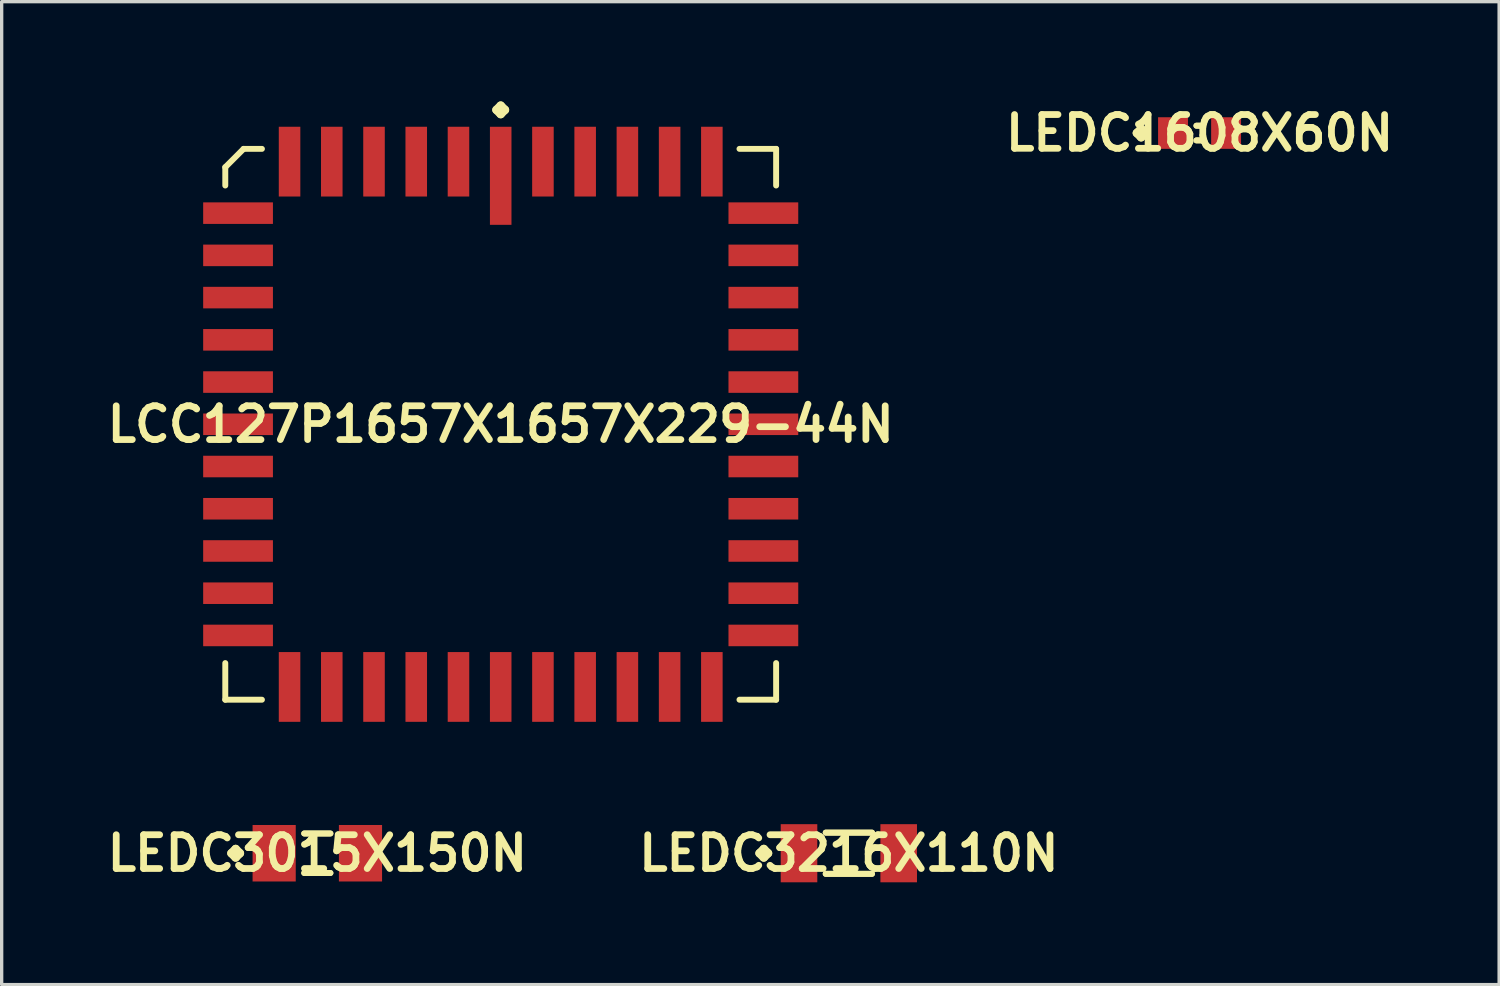
<source format=kicad_pcb>
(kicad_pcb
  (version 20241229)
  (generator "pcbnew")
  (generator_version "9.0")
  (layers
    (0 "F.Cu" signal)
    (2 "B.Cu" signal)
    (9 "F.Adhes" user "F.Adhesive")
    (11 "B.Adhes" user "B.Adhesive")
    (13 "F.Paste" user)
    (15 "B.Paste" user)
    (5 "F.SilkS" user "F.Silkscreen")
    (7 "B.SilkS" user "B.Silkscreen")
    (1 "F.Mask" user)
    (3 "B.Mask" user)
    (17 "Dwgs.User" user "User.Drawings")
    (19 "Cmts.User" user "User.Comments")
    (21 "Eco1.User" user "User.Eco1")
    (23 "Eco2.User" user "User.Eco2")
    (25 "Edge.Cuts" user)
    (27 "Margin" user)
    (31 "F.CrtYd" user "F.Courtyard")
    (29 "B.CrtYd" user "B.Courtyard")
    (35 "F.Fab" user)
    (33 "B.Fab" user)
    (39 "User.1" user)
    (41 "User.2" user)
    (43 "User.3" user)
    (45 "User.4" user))
  (footprint "LCC127P1657X1657X229-44N"
    (layer "F.Cu")
    (at 12.008 9.71)
    (property "Reference" "LCC127P1657X1657X229-44N" (at 0 0 0) (layer "F.SilkS") (effects (font (size 1.016 1.016) (thickness 0.203))))
    (attr smd)
    (fp_line (start -8.283 -7.732) (end -7.732 -8.283) (stroke (width 0.178) (type solid)) (layer "F.SilkS"))
    (fp_line (start -8.283 -7.181) (end -8.283 -7.732) (stroke (width 0.178) (type solid)) (layer "F.SilkS"))
    (fp_line (start -8.283 7.181) (end -8.283 8.283) (stroke (width 0.178) (type solid)) (layer "F.SilkS"))
    (fp_line (start -8.283 8.283) (end -7.181 8.283) (stroke (width 0.178) (type solid)) (layer "F.SilkS"))
    (fp_line (start -7.732 -8.283) (end -7.181 -8.283) (stroke (width 0.178) (type solid)) (layer "F.SilkS"))
    (fp_line (start -0.127 -9.456) (end 0 -9.583) (stroke (width 0.254) (type solid)) (layer "F.SilkS"))
    (fp_line (start 0 -9.583) (end 0.127 -9.456) (stroke (width 0.254) (type solid)) (layer "F.SilkS"))
    (fp_line (start 0 -9.329) (end -0.127 -9.456) (stroke (width 0.254) (type solid)) (layer "F.SilkS"))
    (fp_line (start 0.127 -9.456) (end 0 -9.329) (stroke (width 0.254) (type solid)) (layer "F.SilkS"))
    (fp_line (start 8.283 -8.283) (end 7.181 -8.283) (stroke (width 0.178) (type solid)) (layer "F.SilkS"))
    (fp_line (start 8.283 -7.181) (end 8.283 -8.283) (stroke (width 0.178) (type solid)) (layer "F.SilkS"))
    (fp_line (start 8.283 7.181) (end 8.283 8.283) (stroke (width 0.178) (type solid)) (layer "F.SilkS"))
    (fp_line (start 8.283 8.283) (end 7.181 8.283) (stroke (width 0.178) (type solid)) (layer "F.SilkS"))
    (pad "1" smd rect (at 0 -7.473) (size 0.648 2.949) (layers "F.Cu" "F.Mask" "F.Paste"))
    (pad "2" smd rect (at -1.27 -7.899) (size 0.648 2.098) (layers "F.Cu" "F.Mask" "F.Paste"))
    (pad "3" smd rect (at -2.54 -7.899) (size 0.648 2.098) (layers "F.Cu" "F.Mask" "F.Paste"))
    (pad "4" smd rect (at -3.81 -7.899) (size 0.648 2.098) (layers "F.Cu" "F.Mask" "F.Paste"))
    (pad "5" smd rect (at -5.08 -7.899) (size 0.648 2.098) (layers "F.Cu" "F.Mask" "F.Paste"))
    (pad "6" smd rect (at -6.35 -7.899) (size 0.648 2.098) (layers "F.Cu" "F.Mask" "F.Paste"))
    (pad "7" smd rect (at -7.899 -6.35) (size 2.098 0.648) (layers "F.Cu" "F.Mask" "F.Paste"))
    (pad "8" smd rect (at -7.899 -5.08) (size 2.098 0.648) (layers "F.Cu" "F.Mask" "F.Paste"))
    (pad "9" smd rect (at -7.899 -3.81) (size 2.098 0.648) (layers "F.Cu" "F.Mask" "F.Paste"))
    (pad "10" smd rect (at -7.899 -2.54) (size 2.098 0.648) (layers "F.Cu" "F.Mask" "F.Paste"))
    (pad "11" smd rect (at -7.899 -1.27) (size 2.098 0.648) (layers "F.Cu" "F.Mask" "F.Paste"))
    (pad "12" smd rect (at -7.899 0) (size 2.098 0.648) (layers "F.Cu" "F.Mask" "F.Paste"))
    (pad "13" smd rect (at -7.899 1.27) (size 2.098 0.648) (layers "F.Cu" "F.Mask" "F.Paste"))
    (pad "14" smd rect (at -7.899 2.54) (size 2.098 0.648) (layers "F.Cu" "F.Mask" "F.Paste"))
    (pad "15" smd rect (at -7.899 3.81) (size 2.098 0.648) (layers "F.Cu" "F.Mask" "F.Paste"))
    (pad "16" smd rect (at -7.899 5.08) (size 2.098 0.648) (layers "F.Cu" "F.Mask" "F.Paste"))
    (pad "17" smd rect (at -7.899 6.35) (size 2.098 0.648) (layers "F.Cu" "F.Mask" "F.Paste"))
    (pad "18" smd rect (at -6.35 7.899) (size 0.648 2.098) (layers "F.Cu" "F.Mask" "F.Paste"))
    (pad "19" smd rect (at -5.08 7.899) (size 0.648 2.098) (layers "F.Cu" "F.Mask" "F.Paste"))
    (pad "20" smd rect (at -3.81 7.899) (size 0.648 2.098) (layers "F.Cu" "F.Mask" "F.Paste"))
    (pad "21" smd rect (at -2.54 7.899) (size 0.648 2.098) (layers "F.Cu" "F.Mask" "F.Paste"))
    (pad "22" smd rect (at -1.27 7.899) (size 0.648 2.098) (layers "F.Cu" "F.Mask" "F.Paste"))
    (pad "23" smd rect (at 0 7.899) (size 0.648 2.098) (layers "F.Cu" "F.Mask" "F.Paste"))
    (pad "24" smd rect (at 1.27 7.899) (size 0.648 2.098) (layers "F.Cu" "F.Mask" "F.Paste"))
    (pad "25" smd rect (at 2.54 7.899) (size 0.648 2.098) (layers "F.Cu" "F.Mask" "F.Paste"))
    (pad "26" smd rect (at 3.81 7.899) (size 0.648 2.098) (layers "F.Cu" "F.Mask" "F.Paste"))
    (pad "27" smd rect (at 5.08 7.899) (size 0.648 2.098) (layers "F.Cu" "F.Mask" "F.Paste"))
    (pad "28" smd rect (at 6.35 7.899) (size 0.648 2.098) (layers "F.Cu" "F.Mask" "F.Paste"))
    (pad "29" smd rect (at 7.899 6.35) (size 2.098 0.648) (layers "F.Cu" "F.Mask" "F.Paste"))
    (pad "30" smd rect (at 7.899 5.08) (size 2.098 0.648) (layers "F.Cu" "F.Mask" "F.Paste"))
    (pad "31" smd rect (at 7.899 3.81) (size 2.098 0.648) (layers "F.Cu" "F.Mask" "F.Paste"))
    (pad "32" smd rect (at 7.899 2.54) (size 2.098 0.648) (layers "F.Cu" "F.Mask" "F.Paste"))
    (pad "33" smd rect (at 7.899 1.27) (size 2.098 0.648) (layers "F.Cu" "F.Mask" "F.Paste"))
    (pad "34" smd rect (at 7.899 0) (size 2.098 0.648) (layers "F.Cu" "F.Mask" "F.Paste"))
    (pad "35" smd rect (at 7.899 -1.27) (size 2.098 0.648) (layers "F.Cu" "F.Mask" "F.Paste"))
    (pad "36" smd rect (at 7.899 -2.54) (size 2.098 0.648) (layers "F.Cu" "F.Mask" "F.Paste"))
    (pad "37" smd rect (at 7.899 -3.81) (size 2.098 0.648) (layers "F.Cu" "F.Mask" "F.Paste"))
    (pad "38" smd rect (at 7.899 -5.08) (size 2.098 0.648) (layers "F.Cu" "F.Mask" "F.Paste"))
    (pad "39" smd rect (at 7.899 -6.35) (size 2.098 0.648) (layers "F.Cu" "F.Mask" "F.Paste"))
    (pad "40" smd rect (at 6.35 -7.899) (size 0.648 2.098) (layers "F.Cu" "F.Mask" "F.Paste"))
    (pad "41" smd rect (at 5.08 -7.899) (size 0.648 2.098) (layers "F.Cu" "F.Mask" "F.Paste"))
    (pad "42" smd rect (at 3.81 -7.899) (size 0.648 2.098) (layers "F.Cu" "F.Mask" "F.Paste"))
    (pad "43" smd rect (at 2.54 -7.899) (size 0.648 2.098) (layers "F.Cu" "F.Mask" "F.Paste"))
    (pad "44" smd rect (at 1.27 -7.899) (size 0.648 2.098) (layers "F.Cu" "F.Mask" "F.Paste")))
  (footprint "LEDC1608X60N"
    (layer "F.Cu")
    (at 33.025 0.951)
    (property "Reference" "LEDC1608X60N" (at 0 0 0) (layer "F.SilkS") (effects (font (size 1.016 1.016) (thickness 0.203))))
    (attr smd)
    (fp_line (start -1.885 0) (end -1.758 -0.127) (stroke (width 0.254) (type solid)) (layer "F.SilkS"))
    (fp_line (start -1.758 -0.127) (end -1.631 0) (stroke (width 0.254) (type solid)) (layer "F.SilkS"))
    (fp_line (start -1.758 0.127) (end -1.885 0) (stroke (width 0.254) (type solid)) (layer "F.SilkS"))
    (fp_line (start -1.631 0) (end -1.758 0.127) (stroke (width 0.254) (type solid)) (layer "F.SilkS"))
    (fp_line (start -0.094 -0.221) (end 0.094 -0.221) (stroke (width 0.178) (type solid)) (layer "F.SilkS"))
    (fp_line (start -0.094 0.221) (end 0.094 0.221) (stroke (width 0.178) (type solid)) (layer "F.SilkS"))
    (fp_line (start 0.094 -0.221) (end -0.094 -0.221) (stroke (width 0.178) (type solid)) (layer "F.SilkS"))
    (fp_line (start 0.094 0.221) (end -0.094 0.221) (stroke (width 0.178) (type solid)) (layer "F.SilkS"))
    (pad "1" smd rect (at -0.798 0) (size 0.899 0.95) (layers "F.Cu" "F.Mask" "F.Paste"))
    (pad "2" smd rect (at 0.798 0) (size 0.899 0.95) (layers "F.Cu" "F.Mask" "F.Paste")))
  (footprint "LEDC3015X150N"
    (layer "F.Cu")
    (at 6.493 22.61)
    (property "Reference" "LEDC3015X150N" (at 0 0 0) (layer "F.SilkS") (effects (font (size 1.016 1.016) (thickness 0.203))))
    (attr smd)
    (fp_line (start -2.583 0) (end -2.456 -0.127) (stroke (width 0.254) (type solid)) (layer "F.SilkS"))
    (fp_line (start -2.456 -0.127) (end -2.329 0) (stroke (width 0.254) (type solid)) (layer "F.SilkS"))
    (fp_line (start -2.456 0.127) (end -2.583 0) (stroke (width 0.254) (type solid)) (layer "F.SilkS"))
    (fp_line (start -2.329 0) (end -2.456 0.127) (stroke (width 0.254) (type solid)) (layer "F.SilkS"))
    (fp_line (start -0.394 -0.594) (end 0.394 -0.594) (stroke (width 0.178) (type solid)) (layer "F.SilkS"))
    (fp_line (start -0.394 0.594) (end 0.394 0.594) (stroke (width 0.178) (type solid)) (layer "F.SilkS"))
    (fp_line (start 0.394 -0.594) (end -0.394 -0.594) (stroke (width 0.178) (type solid)) (layer "F.SilkS"))
    (fp_line (start 0.394 0.594) (end -0.394 0.594) (stroke (width 0.178) (type solid)) (layer "F.SilkS"))
    (pad "1" smd rect (at -1.298 0) (size 1.298 1.699) (layers "F.Cu" "F.Mask" "F.Paste"))
    (pad "2" smd rect (at 1.298 0) (size 1.298 1.699) (layers "F.Cu" "F.Mask" "F.Paste")))
  (footprint "LEDC3216X110N"
    (layer "F.Cu")
    (at 22.478 22.61)
    (property "Reference" "LEDC3216X110N" (at 0 0 0) (layer "F.SilkS") (effects (font (size 1.016 1.016) (thickness 0.203))))
    (attr smd)
    (fp_line (start -2.685 0) (end -2.558 -0.127) (stroke (width 0.254) (type solid)) (layer "F.SilkS"))
    (fp_line (start -2.558 -0.127) (end -2.431 0) (stroke (width 0.254) (type solid)) (layer "F.SilkS"))
    (fp_line (start -2.558 0.127) (end -2.685 0) (stroke (width 0.254) (type solid)) (layer "F.SilkS"))
    (fp_line (start -2.431 0) (end -2.558 0.127) (stroke (width 0.254) (type solid)) (layer "F.SilkS"))
    (fp_line (start -0.696 -0.62) (end 0.696 -0.62) (stroke (width 0.178) (type solid)) (layer "F.SilkS"))
    (fp_line (start -0.696 0.62) (end 0.696 0.62) (stroke (width 0.178) (type solid)) (layer "F.SilkS"))
    (fp_line (start 0.696 -0.62) (end -0.696 -0.62) (stroke (width 0.178) (type solid)) (layer "F.SilkS"))
    (fp_line (start 0.696 0.62) (end -0.696 0.62) (stroke (width 0.178) (type solid)) (layer "F.SilkS"))
    (pad "1" smd rect (at -1.499 0) (size 1.1 1.748) (layers "F.Cu" "F.Mask" "F.Paste"))
    (pad "2" smd rect (at 1.499 0) (size 1.1 1.748) (layers "F.Cu" "F.Mask" "F.Paste")))
  (gr_rect
    (start -3 -3)
    (end 42.034 26.561)
    (stroke (width 0.1) (type default))
    (fill no)
    (layer "Edge.Cuts")))
</source>
